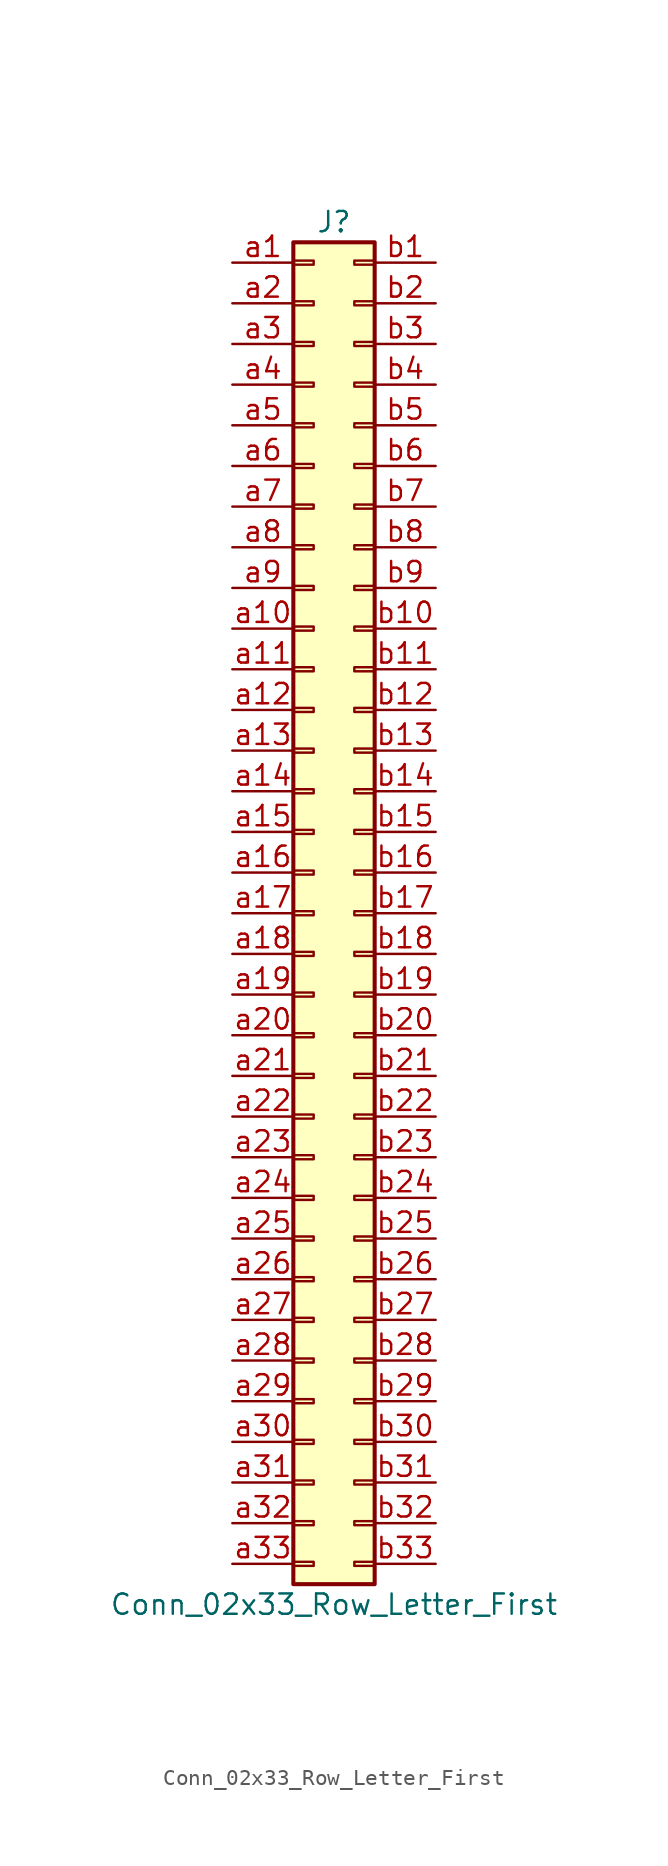
<source format=kicad_sym>
(kicad_symbol_lib
  (version 20220914)
  (generator kicad_symbol_editor)
  (symbol "Conn_02x33_Row_Letter_First"
    (pin_names
      (offset 1.016) hide)
    (property "Reference" "J"
      (at 1.27 43.18 0)
      (effects (font (size 1.27 1.27))))
    (property "Value" "Conn_02x33_Row_Letter_First"
      (at 1.27 -43.18 0)
      (effects (font (size 1.27 1.27))))
    (symbol "Conn_02x33_Row_Letter_First_1_1"
      (rectangle (start -1.27 -40.513) (end 0 -40.767) (stroke (width 0.152) (type solid)) (fill (type none)))
      (rectangle (start -1.27 -37.973) (end 0 -38.227) (stroke (width 0.152) (type solid)) (fill (type none)))
      (rectangle (start -1.27 -35.433) (end 0 -35.687) (stroke (width 0.152) (type solid)) (fill (type none)))
      (rectangle (start -1.27 -32.893) (end 0 -33.147) (stroke (width 0.152) (type solid)) (fill (type none)))
      (rectangle (start -1.27 -30.353) (end 0 -30.607) (stroke (width 0.152) (type solid)) (fill (type none)))
      (rectangle (start -1.27 -27.813) (end 0 -28.067) (stroke (width 0.152) (type solid)) (fill (type none)))
      (rectangle (start -1.27 -25.273) (end 0 -25.527) (stroke (width 0.152) (type solid)) (fill (type none)))
      (rectangle (start -1.27 -22.733) (end 0 -22.987) (stroke (width 0.152) (type solid)) (fill (type none)))
      (rectangle (start -1.27 -20.193) (end 0 -20.447) (stroke (width 0.152) (type solid)) (fill (type none)))
      (rectangle (start -1.27 -17.653) (end 0 -17.907) (stroke (width 0.152) (type solid)) (fill (type none)))
      (rectangle (start -1.27 -15.113) (end 0 -15.367) (stroke (width 0.152) (type solid)) (fill (type none)))
      (rectangle (start -1.27 -12.573) (end 0 -12.827) (stroke (width 0.152) (type solid)) (fill (type none)))
      (rectangle (start -1.27 -10.033) (end 0 -10.287) (stroke (width 0.152) (type solid)) (fill (type none)))
      (rectangle (start -1.27 -7.493) (end 0 -7.747) (stroke (width 0.152) (type solid)) (fill (type none)))
      (rectangle (start -1.27 -4.953) (end 0 -5.207) (stroke (width 0.152) (type solid)) (fill (type none)))
      (rectangle (start -1.27 -2.413) (end 0 -2.667) (stroke (width 0.152) (type solid)) (fill (type none)))
      (rectangle (start -1.27 0.127) (end 0 -0.127) (stroke (width 0.152) (type solid)) (fill (type none)))
      (rectangle (start -1.27 2.667) (end 0 2.413) (stroke (width 0.152) (type solid)) (fill (type none)))
      (rectangle (start -1.27 5.207) (end 0 4.953) (stroke (width 0.152) (type solid)) (fill (type none)))
      (rectangle (start -1.27 7.747) (end 0 7.493) (stroke (width 0.152) (type solid)) (fill (type none)))
      (rectangle (start -1.27 10.287) (end 0 10.033) (stroke (width 0.152) (type solid)) (fill (type none)))
      (rectangle (start -1.27 12.827) (end 0 12.573) (stroke (width 0.152) (type solid)) (fill (type none)))
      (rectangle (start -1.27 15.367) (end 0 15.113) (stroke (width 0.152) (type solid)) (fill (type none)))
      (rectangle (start -1.27 17.907) (end 0 17.653) (stroke (width 0.152) (type solid)) (fill (type none)))
      (rectangle (start -1.27 20.447) (end 0 20.193) (stroke (width 0.152) (type solid)) (fill (type none)))
      (rectangle (start -1.27 22.987) (end 0 22.733) (stroke (width 0.152) (type solid)) (fill (type none)))
      (rectangle (start -1.27 25.527) (end 0 25.273) (stroke (width 0.152) (type solid)) (fill (type none)))
      (rectangle (start -1.27 28.067) (end 0 27.813) (stroke (width 0.152) (type solid)) (fill (type none)))
      (rectangle (start -1.27 30.607) (end 0 30.353) (stroke (width 0.152) (type solid)) (fill (type none)))
      (rectangle (start -1.27 33.147) (end 0 32.893) (stroke (width 0.152) (type solid)) (fill (type none)))
      (rectangle (start -1.27 35.687) (end 0 35.433) (stroke (width 0.152) (type solid)) (fill (type none)))
      (rectangle (start -1.27 38.227) (end 0 37.973) (stroke (width 0.152) (type solid)) (fill (type none)))
      (rectangle (start -1.27 40.767) (end 0 40.513) (stroke (width 0.152) (type solid)) (fill (type none)))
      (rectangle (start -1.27 41.91) (end 3.81 -41.91) (stroke (width 0.254) (type solid)) (fill (type background)))
      (rectangle (start 3.81 -40.513) (end 2.54 -40.767) (stroke (width 0.152) (type solid)) (fill (type none)))
      (rectangle (start 3.81 -37.973) (end 2.54 -38.227) (stroke (width 0.152) (type solid)) (fill (type none)))
      (rectangle (start 3.81 -35.433) (end 2.54 -35.687) (stroke (width 0.152) (type solid)) (fill (type none)))
      (rectangle (start 3.81 -32.893) (end 2.54 -33.147) (stroke (width 0.152) (type solid)) (fill (type none)))
      (rectangle (start 3.81 -30.353) (end 2.54 -30.607) (stroke (width 0.152) (type solid)) (fill (type none)))
      (rectangle (start 3.81 -27.813) (end 2.54 -28.067) (stroke (width 0.152) (type solid)) (fill (type none)))
      (rectangle (start 3.81 -25.273) (end 2.54 -25.527) (stroke (width 0.152) (type solid)) (fill (type none)))
      (rectangle (start 3.81 -22.733) (end 2.54 -22.987) (stroke (width 0.152) (type solid)) (fill (type none)))
      (rectangle (start 3.81 -20.193) (end 2.54 -20.447) (stroke (width 0.152) (type solid)) (fill (type none)))
      (rectangle (start 3.81 -17.653) (end 2.54 -17.907) (stroke (width 0.152) (type solid)) (fill (type none)))
      (rectangle (start 3.81 -15.113) (end 2.54 -15.367) (stroke (width 0.152) (type solid)) (fill (type none)))
      (rectangle (start 3.81 -12.573) (end 2.54 -12.827) (stroke (width 0.152) (type solid)) (fill (type none)))
      (rectangle (start 3.81 -10.033) (end 2.54 -10.287) (stroke (width 0.152) (type solid)) (fill (type none)))
      (rectangle (start 3.81 -7.493) (end 2.54 -7.747) (stroke (width 0.152) (type solid)) (fill (type none)))
      (rectangle (start 3.81 -4.953) (end 2.54 -5.207) (stroke (width 0.152) (type solid)) (fill (type none)))
      (rectangle (start 3.81 -2.413) (end 2.54 -2.667) (stroke (width 0.152) (type solid)) (fill (type none)))
      (rectangle (start 3.81 0.127) (end 2.54 -0.127) (stroke (width 0.152) (type solid)) (fill (type none)))
      (rectangle (start 3.81 2.667) (end 2.54 2.413) (stroke (width 0.152) (type solid)) (fill (type none)))
      (rectangle (start 3.81 5.207) (end 2.54 4.953) (stroke (width 0.152) (type solid)) (fill (type none)))
      (rectangle (start 3.81 7.747) (end 2.54 7.493) (stroke (width 0.152) (type solid)) (fill (type none)))
      (rectangle (start 3.81 10.287) (end 2.54 10.033) (stroke (width 0.152) (type solid)) (fill (type none)))
      (rectangle (start 3.81 12.827) (end 2.54 12.573) (stroke (width 0.152) (type solid)) (fill (type none)))
      (rectangle (start 3.81 15.367) (end 2.54 15.113) (stroke (width 0.152) (type solid)) (fill (type none)))
      (rectangle (start 3.81 17.907) (end 2.54 17.653) (stroke (width 0.152) (type solid)) (fill (type none)))
      (rectangle (start 3.81 20.447) (end 2.54 20.193) (stroke (width 0.152) (type solid)) (fill (type none)))
      (rectangle (start 3.81 22.987) (end 2.54 22.733) (stroke (width 0.152) (type solid)) (fill (type none)))
      (rectangle (start 3.81 25.527) (end 2.54 25.273) (stroke (width 0.152) (type solid)) (fill (type none)))
      (rectangle (start 3.81 28.067) (end 2.54 27.813) (stroke (width 0.152) (type solid)) (fill (type none)))
      (rectangle (start 3.81 30.607) (end 2.54 30.353) (stroke (width 0.152) (type solid)) (fill (type none)))
      (rectangle (start 3.81 33.147) (end 2.54 32.893) (stroke (width 0.152) (type solid)) (fill (type none)))
      (rectangle (start 3.81 35.687) (end 2.54 35.433) (stroke (width 0.152) (type solid)) (fill (type none)))
      (rectangle (start 3.81 38.227) (end 2.54 37.973) (stroke (width 0.152) (type solid)) (fill (type none)))
      (rectangle (start 3.81 40.767) (end 2.54 40.513) (stroke (width 0.152) (type solid)) (fill (type none)))
      (pin passive line (at -5.08 40.64 0) (length 3.81) (name "Pin_a1" (effects (font (size 1.27 1.27)))) (number "a1" (effects (font (size 1.27 1.27)))))
      (pin passive line (at -5.08 17.78 0) (length 3.81) (name "Pin_a10" (effects (font (size 1.27 1.27)))) (number "a10" (effects (font (size 1.27 1.27)))))
      (pin passive line (at -5.08 15.24 0) (length 3.81) (name "Pin_a11" (effects (font (size 1.27 1.27)))) (number "a11" (effects (font (size 1.27 1.27)))))
      (pin passive line (at -5.08 12.7 0) (length 3.81) (name "Pin_a12" (effects (font (size 1.27 1.27)))) (number "a12" (effects (font (size 1.27 1.27)))))
      (pin passive line (at -5.08 10.16 0) (length 3.81) (name "Pin_a13" (effects (font (size 1.27 1.27)))) (number "a13" (effects (font (size 1.27 1.27)))))
      (pin passive line (at -5.08 7.62 0) (length 3.81) (name "Pin_a14" (effects (font (size 1.27 1.27)))) (number "a14" (effects (font (size 1.27 1.27)))))
      (pin passive line (at -5.08 5.08 0) (length 3.81) (name "Pin_a15" (effects (font (size 1.27 1.27)))) (number "a15" (effects (font (size 1.27 1.27)))))
      (pin passive line (at -5.08 2.54 0) (length 3.81) (name "Pin_a16" (effects (font (size 1.27 1.27)))) (number "a16" (effects (font (size 1.27 1.27)))))
      (pin passive line (at -5.08 0 0) (length 3.81) (name "Pin_a17" (effects (font (size 1.27 1.27)))) (number "a17" (effects (font (size 1.27 1.27)))))
      (pin passive line (at -5.08 -2.54 0) (length 3.81) (name "Pin_a18" (effects (font (size 1.27 1.27)))) (number "a18" (effects (font (size 1.27 1.27)))))
      (pin passive line (at -5.08 -5.08 0) (length 3.81) (name "Pin_a19" (effects (font (size 1.27 1.27)))) (number "a19" (effects (font (size 1.27 1.27)))))
      (pin passive line (at -5.08 38.1 0) (length 3.81) (name "Pin_a2" (effects (font (size 1.27 1.27)))) (number "a2" (effects (font (size 1.27 1.27)))))
      (pin passive line (at -5.08 -7.62 0) (length 3.81) (name "Pin_a20" (effects (font (size 1.27 1.27)))) (number "a20" (effects (font (size 1.27 1.27)))))
      (pin passive line (at -5.08 -10.16 0) (length 3.81) (name "Pin_a21" (effects (font (size 1.27 1.27)))) (number "a21" (effects (font (size 1.27 1.27)))))
      (pin passive line (at -5.08 -12.7 0) (length 3.81) (name "Pin_a22" (effects (font (size 1.27 1.27)))) (number "a22" (effects (font (size 1.27 1.27)))))
      (pin passive line (at -5.08 -15.24 0) (length 3.81) (name "Pin_a23" (effects (font (size 1.27 1.27)))) (number "a23" (effects (font (size 1.27 1.27)))))
      (pin passive line (at -5.08 -17.78 0) (length 3.81) (name "Pin_a24" (effects (font (size 1.27 1.27)))) (number "a24" (effects (font (size 1.27 1.27)))))
      (pin passive line (at -5.08 -20.32 0) (length 3.81) (name "Pin_a25" (effects (font (size 1.27 1.27)))) (number "a25" (effects (font (size 1.27 1.27)))))
      (pin passive line (at -5.08 -22.86 0) (length 3.81) (name "Pin_a26" (effects (font (size 1.27 1.27)))) (number "a26" (effects (font (size 1.27 1.27)))))
      (pin passive line (at -5.08 -25.4 0) (length 3.81) (name "Pin_a27" (effects (font (size 1.27 1.27)))) (number "a27" (effects (font (size 1.27 1.27)))))
      (pin passive line (at -5.08 -27.94 0) (length 3.81) (name "Pin_a28" (effects (font (size 1.27 1.27)))) (number "a28" (effects (font (size 1.27 1.27)))))
      (pin passive line (at -5.08 -30.48 0) (length 3.81) (name "Pin_a29" (effects (font (size 1.27 1.27)))) (number "a29" (effects (font (size 1.27 1.27)))))
      (pin passive line (at -5.08 35.56 0) (length 3.81) (name "Pin_a3" (effects (font (size 1.27 1.27)))) (number "a3" (effects (font (size 1.27 1.27)))))
      (pin passive line (at -5.08 -33.02 0) (length 3.81) (name "Pin_a30" (effects (font (size 1.27 1.27)))) (number "a30" (effects (font (size 1.27 1.27)))))
      (pin passive line (at -5.08 -35.56 0) (length 3.81) (name "Pin_a31" (effects (font (size 1.27 1.27)))) (number "a31" (effects (font (size 1.27 1.27)))))
      (pin passive line (at -5.08 -38.1 0) (length 3.81) (name "Pin_a32" (effects (font (size 1.27 1.27)))) (number "a32" (effects (font (size 1.27 1.27)))))
      (pin passive line (at -5.08 -40.64 0) (length 3.81) (name "Pin_a33" (effects (font (size 1.27 1.27)))) (number "a33" (effects (font (size 1.27 1.27)))))
      (pin passive line (at -5.08 33.02 0) (length 3.81) (name "Pin_a4" (effects (font (size 1.27 1.27)))) (number "a4" (effects (font (size 1.27 1.27)))))
      (pin passive line (at -5.08 30.48 0) (length 3.81) (name "Pin_a5" (effects (font (size 1.27 1.27)))) (number "a5" (effects (font (size 1.27 1.27)))))
      (pin passive line (at -5.08 27.94 0) (length 3.81) (name "Pin_a6" (effects (font (size 1.27 1.27)))) (number "a6" (effects (font (size 1.27 1.27)))))
      (pin passive line (at -5.08 25.4 0) (length 3.81) (name "Pin_a7" (effects (font (size 1.27 1.27)))) (number "a7" (effects (font (size 1.27 1.27)))))
      (pin passive line (at -5.08 22.86 0) (length 3.81) (name "Pin_a8" (effects (font (size 1.27 1.27)))) (number "a8" (effects (font (size 1.27 1.27)))))
      (pin passive line (at -5.08 20.32 0) (length 3.81) (name "Pin_a9" (effects (font (size 1.27 1.27)))) (number "a9" (effects (font (size 1.27 1.27)))))
      (pin passive line (at 7.62 40.64 180) (length 3.81) (name "Pin_b1" (effects (font (size 1.27 1.27)))) (number "b1" (effects (font (size 1.27 1.27)))))
      (pin passive line (at 7.62 17.78 180) (length 3.81) (name "Pin_b10" (effects (font (size 1.27 1.27)))) (number "b10" (effects (font (size 1.27 1.27)))))
      (pin passive line (at 7.62 15.24 180) (length 3.81) (name "Pin_b11" (effects (font (size 1.27 1.27)))) (number "b11" (effects (font (size 1.27 1.27)))))
      (pin passive line (at 7.62 12.7 180) (length 3.81) (name "Pin_b12" (effects (font (size 1.27 1.27)))) (number "b12" (effects (font (size 1.27 1.27)))))
      (pin passive line (at 7.62 10.16 180) (length 3.81) (name "Pin_b13" (effects (font (size 1.27 1.27)))) (number "b13" (effects (font (size 1.27 1.27)))))
      (pin passive line (at 7.62 7.62 180) (length 3.81) (name "Pin_b14" (effects (font (size 1.27 1.27)))) (number "b14" (effects (font (size 1.27 1.27)))))
      (pin passive line (at 7.62 5.08 180) (length 3.81) (name "Pin_b15" (effects (font (size 1.27 1.27)))) (number "b15" (effects (font (size 1.27 1.27)))))
      (pin passive line (at 7.62 2.54 180) (length 3.81) (name "Pin_b16" (effects (font (size 1.27 1.27)))) (number "b16" (effects (font (size 1.27 1.27)))))
      (pin passive line (at 7.62 0 180) (length 3.81) (name "Pin_b17" (effects (font (size 1.27 1.27)))) (number "b17" (effects (font (size 1.27 1.27)))))
      (pin passive line (at 7.62 -2.54 180) (length 3.81) (name "Pin_b18" (effects (font (size 1.27 1.27)))) (number "b18" (effects (font (size 1.27 1.27)))))
      (pin passive line (at 7.62 -5.08 180) (length 3.81) (name "Pin_b19" (effects (font (size 1.27 1.27)))) (number "b19" (effects (font (size 1.27 1.27)))))
      (pin passive line (at 7.62 38.1 180) (length 3.81) (name "Pin_b2" (effects (font (size 1.27 1.27)))) (number "b2" (effects (font (size 1.27 1.27)))))
      (pin passive line (at 7.62 -7.62 180) (length 3.81) (name "Pin_b20" (effects (font (size 1.27 1.27)))) (number "b20" (effects (font (size 1.27 1.27)))))
      (pin passive line (at 7.62 -10.16 180) (length 3.81) (name "Pin_b21" (effects (font (size 1.27 1.27)))) (number "b21" (effects (font (size 1.27 1.27)))))
      (pin passive line (at 7.62 -12.7 180) (length 3.81) (name "Pin_b22" (effects (font (size 1.27 1.27)))) (number "b22" (effects (font (size 1.27 1.27)))))
      (pin passive line (at 7.62 -15.24 180) (length 3.81) (name "Pin_b23" (effects (font (size 1.27 1.27)))) (number "b23" (effects (font (size 1.27 1.27)))))
      (pin passive line (at 7.62 -17.78 180) (length 3.81) (name "Pin_b24" (effects (font (size 1.27 1.27)))) (number "b24" (effects (font (size 1.27 1.27)))))
      (pin passive line (at 7.62 -20.32 180) (length 3.81) (name "Pin_b25" (effects (font (size 1.27 1.27)))) (number "b25" (effects (font (size 1.27 1.27)))))
      (pin passive line (at 7.62 -22.86 180) (length 3.81) (name "Pin_b26" (effects (font (size 1.27 1.27)))) (number "b26" (effects (font (size 1.27 1.27)))))
      (pin passive line (at 7.62 -25.4 180) (length 3.81) (name "Pin_b27" (effects (font (size 1.27 1.27)))) (number "b27" (effects (font (size 1.27 1.27)))))
      (pin passive line (at 7.62 -27.94 180) (length 3.81) (name "Pin_b28" (effects (font (size 1.27 1.27)))) (number "b28" (effects (font (size 1.27 1.27)))))
      (pin passive line (at 7.62 -30.48 180) (length 3.81) (name "Pin_b29" (effects (font (size 1.27 1.27)))) (number "b29" (effects (font (size 1.27 1.27)))))
      (pin passive line (at 7.62 35.56 180) (length 3.81) (name "Pin_b3" (effects (font (size 1.27 1.27)))) (number "b3" (effects (font (size 1.27 1.27)))))
      (pin passive line (at 7.62 -33.02 180) (length 3.81) (name "Pin_b30" (effects (font (size 1.27 1.27)))) (number "b30" (effects (font (size 1.27 1.27)))))
      (pin passive line (at 7.62 -35.56 180) (length 3.81) (name "Pin_b31" (effects (font (size 1.27 1.27)))) (number "b31" (effects (font (size 1.27 1.27)))))
      (pin passive line (at 7.62 -38.1 180) (length 3.81) (name "Pin_b32" (effects (font (size 1.27 1.27)))) (number "b32" (effects (font (size 1.27 1.27)))))
      (pin passive line (at 7.62 -40.64 180) (length 3.81) (name "Pin_b33" (effects (font (size 1.27 1.27)))) (number "b33" (effects (font (size 1.27 1.27)))))
      (pin passive line (at 7.62 33.02 180) (length 3.81) (name "Pin_b4" (effects (font (size 1.27 1.27)))) (number "b4" (effects (font (size 1.27 1.27)))))
      (pin passive line (at 7.62 30.48 180) (length 3.81) (name "Pin_b5" (effects (font (size 1.27 1.27)))) (number "b5" (effects (font (size 1.27 1.27)))))
      (pin passive line (at 7.62 27.94 180) (length 3.81) (name "Pin_b6" (effects (font (size 1.27 1.27)))) (number "b6" (effects (font (size 1.27 1.27)))))
      (pin passive line (at 7.62 25.4 180) (length 3.81) (name "Pin_b7" (effects (font (size 1.27 1.27)))) (number "b7" (effects (font (size 1.27 1.27)))))
      (pin passive line (at 7.62 22.86 180) (length 3.81) (name "Pin_b8" (effects (font (size 1.27 1.27)))) (number "b8" (effects (font (size 1.27 1.27)))))
      (pin passive line (at 7.62 20.32 180) (length 3.81) (name "Pin_b9" (effects (font (size 1.27 1.27)))) (number "b9" (effects (font (size 1.27 1.27))))))))
</source>
